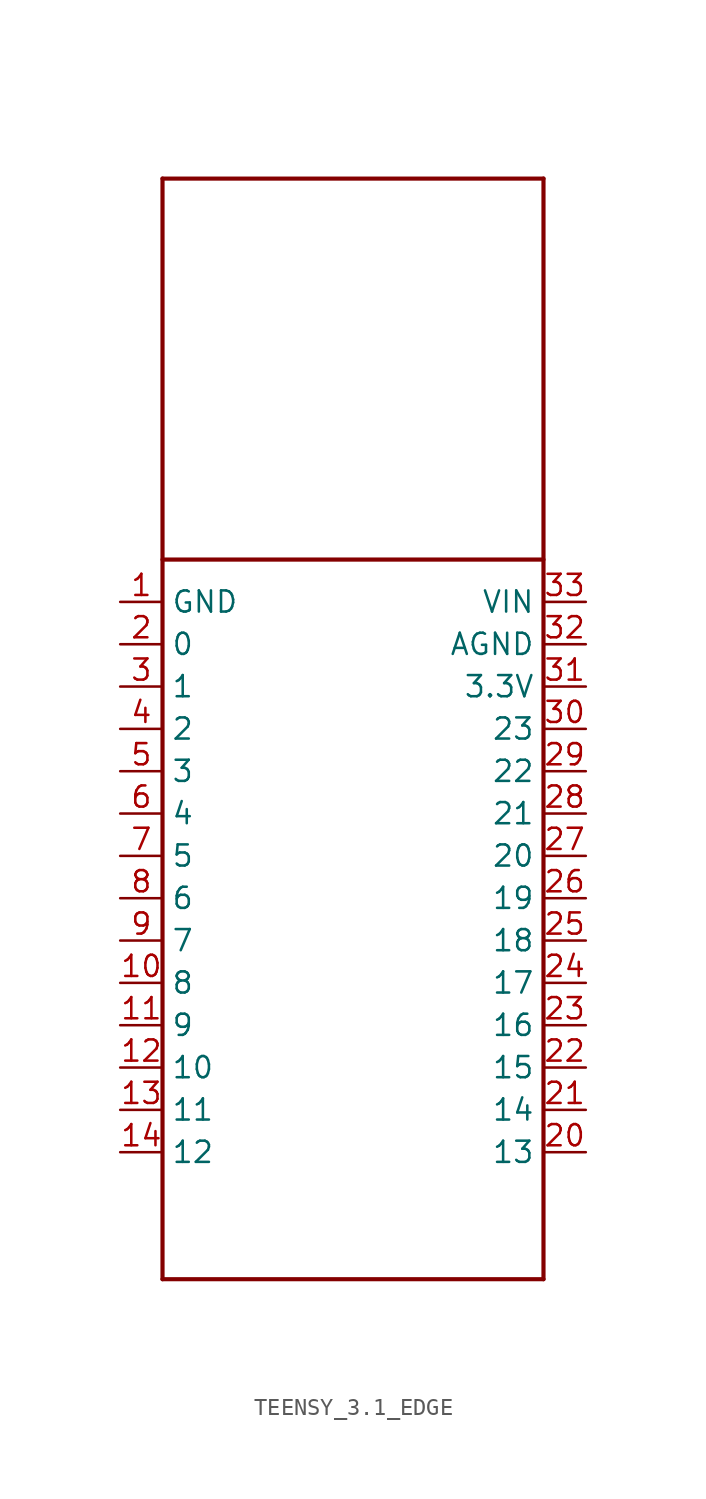
<source format=kicad_sym>
(kicad_symbol_lib
  (version 20231120)
  (generator "kicad_symbol_editor")
  (generator_version "8.0")
  (symbol "TEENSY_3.1_EDGE"
    (property "Reference" "U"
      (at 0 0 0)
      (effects (font (size 1.27 1.27)) (hide yes)))
    (property "ki_locked" ""
      (at 0 0 0)
      (effects (font (size 1.27 1.27))))
    (symbol "TEENSY_3.1_EDGE_1_0"
      (polyline (pts (xy -11.43 -33.02) (xy -11.43 33.02)) (stroke (width 0.25) (type solid)) (fill (type none)))
      (polyline (pts (xy -11.43 10.16) (xy 11.43 10.16)) (stroke (width 0.25) (type solid)) (fill (type none)))
      (polyline (pts (xy -11.43 33.02) (xy 11.43 33.02)) (stroke (width 0.25) (type solid)) (fill (type none)))
      (polyline (pts (xy 11.43 -33.02) (xy -11.43 -33.02)) (stroke (width 0.25) (type solid)) (fill (type none)))
      (polyline (pts (xy 11.43 33.02) (xy 11.43 -33.02)) (stroke (width 0.25) (type solid)) (fill (type none)))
      (pin power_in line (at -13.97 7.62 0) (length 2.54) (name "GND" (effects (font (size 1.27 1.27)))) (number "1" (effects (font (size 1.27 1.27)))))
      (pin bidirectional line (at -13.97 -15.24 0) (length 2.54) (name "8" (effects (font (size 1.27 1.27)))) (number "10" (effects (font (size 1.27 1.27)))))
      (pin bidirectional line (at -13.97 -17.78 0) (length 2.54) (name "9" (effects (font (size 1.27 1.27)))) (number "11" (effects (font (size 1.27 1.27)))))
      (pin bidirectional line (at -13.97 -20.32 0) (length 2.54) (name "10" (effects (font (size 1.27 1.27)))) (number "12" (effects (font (size 1.27 1.27)))))
      (pin bidirectional line (at -13.97 -22.86 0) (length 2.54) (name "11" (effects (font (size 1.27 1.27)))) (number "13" (effects (font (size 1.27 1.27)))))
      (pin bidirectional line (at -13.97 -25.4 0) (length 2.54) (name "12" (effects (font (size 1.27 1.27)))) (number "14" (effects (font (size 1.27 1.27)))))
      (pin bidirectional line (at -13.97 5.08 0) (length 2.54) (name "0" (effects (font (size 1.27 1.27)))) (number "2" (effects (font (size 1.27 1.27)))))
      (pin bidirectional line (at 13.97 -25.4 180) (length 2.54) (name "13" (effects (font (size 1.27 1.27)))) (number "20" (effects (font (size 1.27 1.27)))))
      (pin bidirectional line (at 13.97 -22.86 180) (length 2.54) (name "14" (effects (font (size 1.27 1.27)))) (number "21" (effects (font (size 1.27 1.27)))))
      (pin bidirectional line (at 13.97 -20.32 180) (length 2.54) (name "15" (effects (font (size 1.27 1.27)))) (number "22" (effects (font (size 1.27 1.27)))))
      (pin bidirectional line (at 13.97 -17.78 180) (length 2.54) (name "16" (effects (font (size 1.27 1.27)))) (number "23" (effects (font (size 1.27 1.27)))))
      (pin bidirectional line (at 13.97 -15.24 180) (length 2.54) (name "17" (effects (font (size 1.27 1.27)))) (number "24" (effects (font (size 1.27 1.27)))))
      (pin bidirectional line (at 13.97 -12.7 180) (length 2.54) (name "18" (effects (font (size 1.27 1.27)))) (number "25" (effects (font (size 1.27 1.27)))))
      (pin bidirectional line (at 13.97 -10.16 180) (length 2.54) (name "19" (effects (font (size 1.27 1.27)))) (number "26" (effects (font (size 1.27 1.27)))))
      (pin bidirectional line (at 13.97 -7.62 180) (length 2.54) (name "20" (effects (font (size 1.27 1.27)))) (number "27" (effects (font (size 1.27 1.27)))))
      (pin bidirectional line (at 13.97 -5.08 180) (length 2.54) (name "21" (effects (font (size 1.27 1.27)))) (number "28" (effects (font (size 1.27 1.27)))))
      (pin bidirectional line (at 13.97 -2.54 180) (length 2.54) (name "22" (effects (font (size 1.27 1.27)))) (number "29" (effects (font (size 1.27 1.27)))))
      (pin bidirectional line (at -13.97 2.54 0) (length 2.54) (name "1" (effects (font (size 1.27 1.27)))) (number "3" (effects (font (size 1.27 1.27)))))
      (pin bidirectional line (at 13.97 0 180) (length 2.54) (name "23" (effects (font (size 1.27 1.27)))) (number "30" (effects (font (size 1.27 1.27)))))
      (pin power_in line (at 13.97 2.54 180) (length 2.54) (name "3.3V" (effects (font (size 1.27 1.27)))) (number "31" (effects (font (size 1.27 1.27)))))
      (pin power_in line (at 13.97 5.08 180) (length 2.54) (name "AGND" (effects (font (size 1.27 1.27)))) (number "32" (effects (font (size 1.27 1.27)))))
      (pin power_in line (at 13.97 7.62 180) (length 2.54) (name "VIN" (effects (font (size 1.27 1.27)))) (number "33" (effects (font (size 1.27 1.27)))))
      (pin bidirectional line (at -13.97 0 0) (length 2.54) (name "2" (effects (font (size 1.27 1.27)))) (number "4" (effects (font (size 1.27 1.27)))))
      (pin bidirectional line (at -13.97 -2.54 0) (length 2.54) (name "3" (effects (font (size 1.27 1.27)))) (number "5" (effects (font (size 1.27 1.27)))))
      (pin bidirectional line (at -13.97 -5.08 0) (length 2.54) (name "4" (effects (font (size 1.27 1.27)))) (number "6" (effects (font (size 1.27 1.27)))))
      (pin bidirectional line (at -13.97 -7.62 0) (length 2.54) (name "5" (effects (font (size 1.27 1.27)))) (number "7" (effects (font (size 1.27 1.27)))))
      (pin bidirectional line (at -13.97 -10.16 0) (length 2.54) (name "6" (effects (font (size 1.27 1.27)))) (number "8" (effects (font (size 1.27 1.27)))))
      (pin bidirectional line (at -13.97 -12.7 0) (length 2.54) (name "7" (effects (font (size 1.27 1.27)))) (number "9" (effects (font (size 1.27 1.27))))))))
</source>
